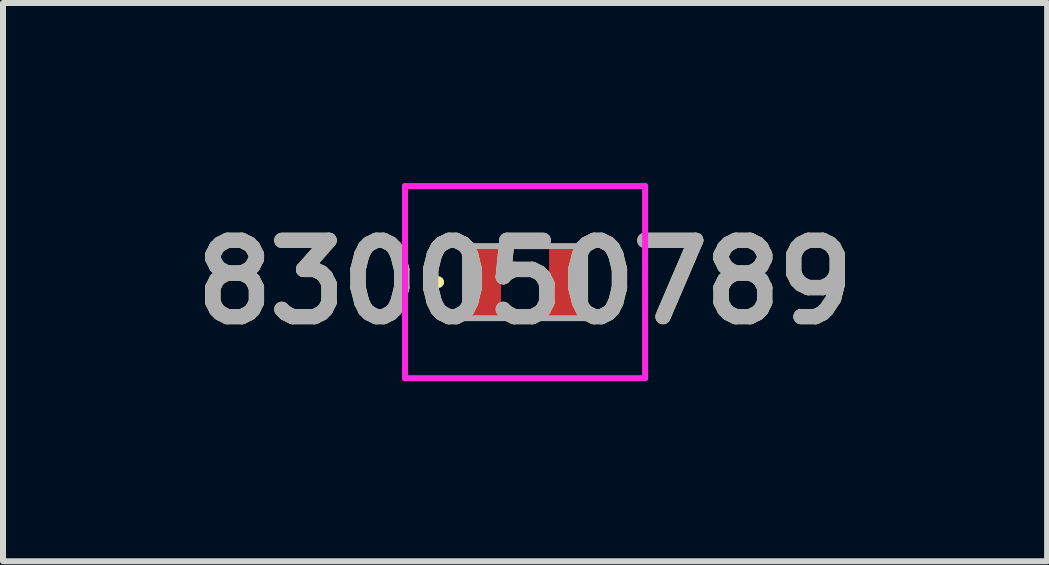
<source format=kicad_pcb>
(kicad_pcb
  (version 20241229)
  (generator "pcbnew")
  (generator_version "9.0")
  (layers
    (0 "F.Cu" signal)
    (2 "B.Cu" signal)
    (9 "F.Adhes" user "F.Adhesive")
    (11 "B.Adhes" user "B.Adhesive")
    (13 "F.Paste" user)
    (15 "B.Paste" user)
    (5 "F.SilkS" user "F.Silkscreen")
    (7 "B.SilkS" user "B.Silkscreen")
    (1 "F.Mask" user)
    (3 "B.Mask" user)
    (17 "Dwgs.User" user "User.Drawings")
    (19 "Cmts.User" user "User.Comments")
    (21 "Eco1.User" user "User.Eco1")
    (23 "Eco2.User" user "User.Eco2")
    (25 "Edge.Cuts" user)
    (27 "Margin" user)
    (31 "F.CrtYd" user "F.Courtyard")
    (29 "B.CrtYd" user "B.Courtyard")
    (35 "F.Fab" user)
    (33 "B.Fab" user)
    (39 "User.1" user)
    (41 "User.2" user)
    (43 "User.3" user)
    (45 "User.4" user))
  (footprint "830050789"
    (layer "F.Cu")
    (at 5.697 1.65)
    (property "Reference" "830050789" (at 0 0 0) (layer "F.SilkS") (effects (font (size 1.27 1.27) (thickness 0.254))))
    (attr smd)
    (fp_line (start -1.5 0) (end -1.5 0) (stroke (width 0.1) (type solid)) (layer "F.SilkS"))
    (fp_line (start -1.4 0) (end -1.4 0) (stroke (width 0.1) (type solid)) (layer "F.SilkS"))
    (fp_arc (start -1.5 0) (mid -1.45 -0.05) (end -1.4 0) (stroke (width 0.1) (type solid)) (layer "F.SilkS"))
    (fp_arc (start -1.4 0) (mid -1.45 0.05) (end -1.5 0) (stroke (width 0.1) (type solid)) (layer "F.SilkS"))
    (fp_line (start -2 -1.6) (end 2 -1.6) (stroke (width 0.1) (type solid)) (layer "F.CrtYd"))
    (fp_line (start -2 1.6) (end -2 -1.6) (stroke (width 0.1) (type solid)) (layer "F.CrtYd"))
    (fp_line (start 2 -1.6) (end 2 1.6) (stroke (width 0.1) (type solid)) (layer "F.CrtYd"))
    (fp_line (start 2 1.6) (end -2 1.6) (stroke (width 0.1) (type solid)) (layer "F.CrtYd"))
    (fp_line (start -1 -0.6) (end -1 0.6) (stroke (width 0.1) (type solid)) (layer "F.Fab"))
    (fp_line (start -1 0.6) (end 1 0.6) (stroke (width 0.1) (type solid)) (layer "F.Fab"))
    (fp_line (start 1 -0.6) (end -1 -0.6) (stroke (width 0.1) (type solid)) (layer "F.Fab"))
    (fp_line (start 1 0.6) (end 1 -0.6) (stroke (width 0.1) (type solid)) (layer "F.Fab"))
    (fp_text user "${REFERENCE}" (at 0 0 0) (layer "F.Fab") (effects (font (size 1.27 1.27) (thickness 0.254))))
    (pad "1" smd rect (at -0.7 0) (size 0.6 1.1) (layers "F.Cu" "F.Mask" "F.Paste"))
    (pad "2" smd rect (at 0.7 0) (size 0.6 1.1) (layers "F.Cu" "F.Mask" "F.Paste")))
  (gr_rect
    (start -3 -3)
    (end 14.394 6.3)
    (stroke (width 0.1) (type default))
    (fill no)
    (layer "Edge.Cuts")))
</source>
